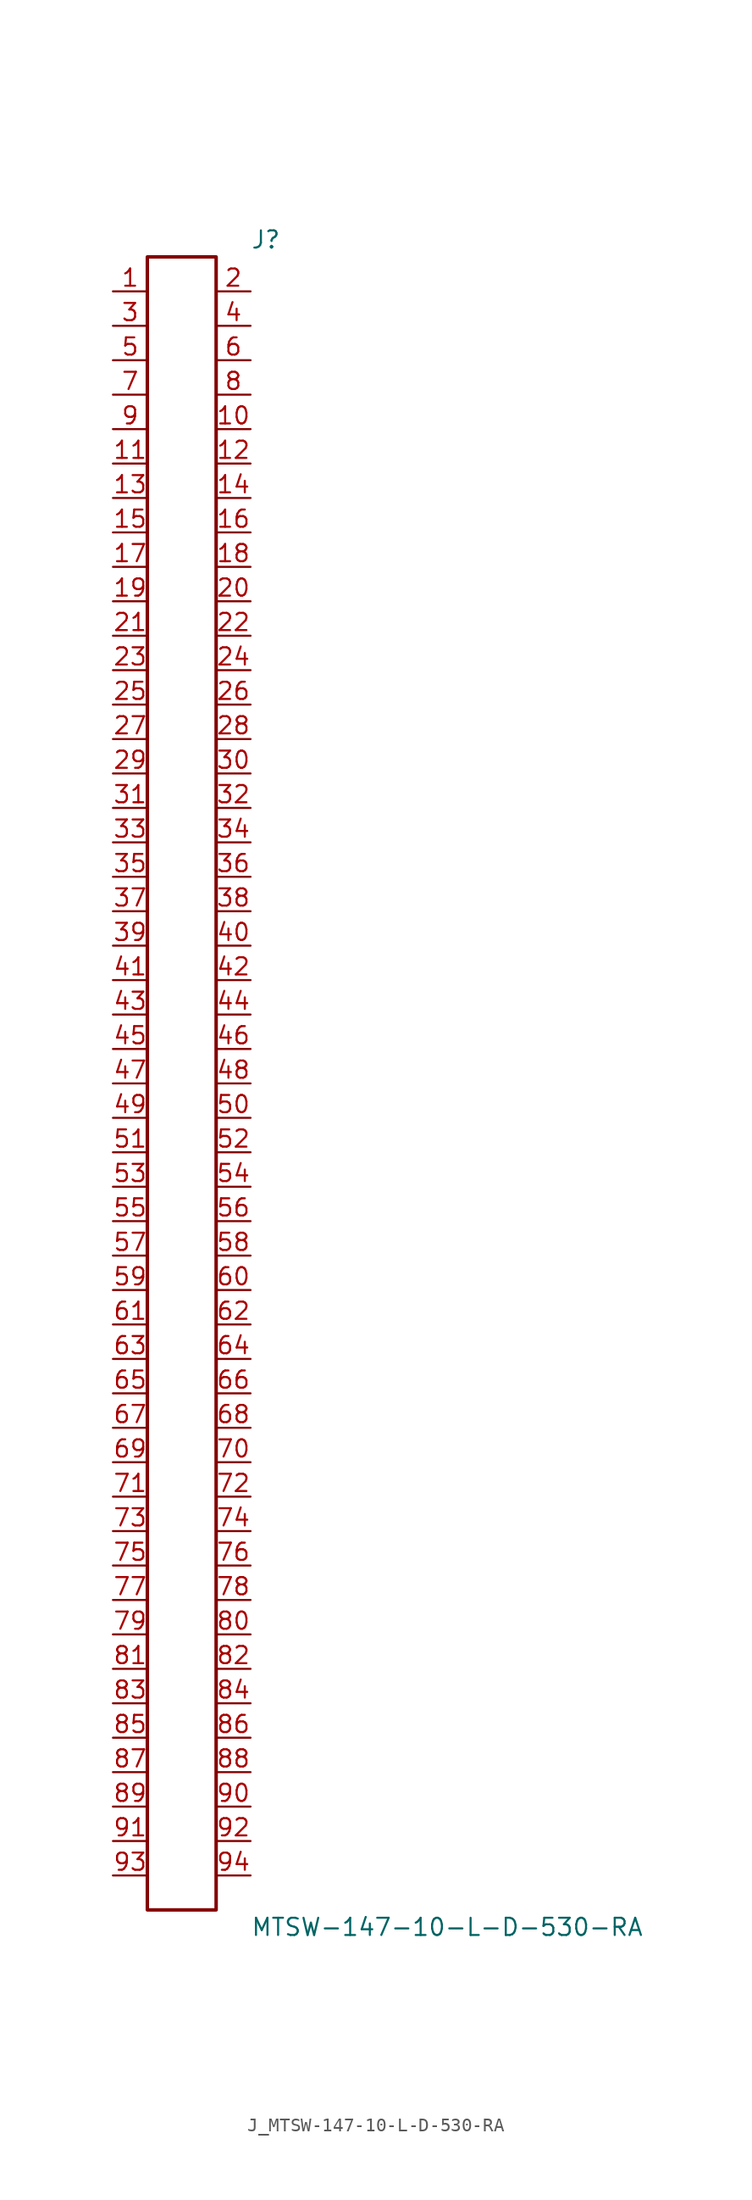
<source format=kicad_sym>
(kicad_symbol_lib
  (version 20231120)
  (generator kicad_symbol_editor)
  (generator_version 8.0)
  (symbol "J_MTSW-147-10-L-D-530-RA"
    (pin_names
      (offset 0.254))
    (property "Reference" "J"
      (at 5.08 62.23 0)
      (effects (font (size 1.27 1.27)) (justify left)))
    (property "Value" "MTSW-147-10-L-D-530-RA"
      (at 5.08 -62.23 0)
      (effects (font (size 1.27 1.27)) (justify left)))
    (symbol "J_MTSW-147-10-L-D-530-RA_0_0"
      (pin passive line (at -5.08 58.42 0) (length 2.54) (name "" (effects (font (size 1.27 1.27)))) (number "1" (effects (font (size 1.27 1.27)))))
      (pin passive line (at 5.08 58.42 180) (length 2.54) (name "" (effects (font (size 1.27 1.27)))) (number "2" (effects (font (size 1.27 1.27)))))
      (pin passive line (at -5.08 55.88 0) (length 2.54) (name "" (effects (font (size 1.27 1.27)))) (number "3" (effects (font (size 1.27 1.27)))))
      (pin passive line (at 5.08 55.88 180) (length 2.54) (name "" (effects (font (size 1.27 1.27)))) (number "4" (effects (font (size 1.27 1.27)))))
      (pin passive line (at -5.08 53.34 0) (length 2.54) (name "" (effects (font (size 1.27 1.27)))) (number "5" (effects (font (size 1.27 1.27)))))
      (pin passive line (at 5.08 53.34 180) (length 2.54) (name "" (effects (font (size 1.27 1.27)))) (number "6" (effects (font (size 1.27 1.27)))))
      (pin passive line (at -5.08 50.8 0) (length 2.54) (name "" (effects (font (size 1.27 1.27)))) (number "7" (effects (font (size 1.27 1.27)))))
      (pin passive line (at 5.08 50.8 180) (length 2.54) (name "" (effects (font (size 1.27 1.27)))) (number "8" (effects (font (size 1.27 1.27)))))
      (pin passive line (at -5.08 48.26 0) (length 2.54) (name "" (effects (font (size 1.27 1.27)))) (number "9" (effects (font (size 1.27 1.27)))))
      (pin passive line (at 5.08 48.26 180) (length 2.54) (name "" (effects (font (size 1.27 1.27)))) (number "10" (effects (font (size 1.27 1.27)))))
      (pin passive line (at -5.08 45.72 0) (length 2.54) (name "" (effects (font (size 1.27 1.27)))) (number "11" (effects (font (size 1.27 1.27)))))
      (pin passive line (at 5.08 45.72 180) (length 2.54) (name "" (effects (font (size 1.27 1.27)))) (number "12" (effects (font (size 1.27 1.27)))))
      (pin passive line (at -5.08 43.18 0) (length 2.54) (name "" (effects (font (size 1.27 1.27)))) (number "13" (effects (font (size 1.27 1.27)))))
      (pin passive line (at 5.08 43.18 180) (length 2.54) (name "" (effects (font (size 1.27 1.27)))) (number "14" (effects (font (size 1.27 1.27)))))
      (pin passive line (at -5.08 40.64 0) (length 2.54) (name "" (effects (font (size 1.27 1.27)))) (number "15" (effects (font (size 1.27 1.27)))))
      (pin passive line (at 5.08 40.64 180) (length 2.54) (name "" (effects (font (size 1.27 1.27)))) (number "16" (effects (font (size 1.27 1.27)))))
      (pin passive line (at -5.08 38.1 0) (length 2.54) (name "" (effects (font (size 1.27 1.27)))) (number "17" (effects (font (size 1.27 1.27)))))
      (pin passive line (at 5.08 38.1 180) (length 2.54) (name "" (effects (font (size 1.27 1.27)))) (number "18" (effects (font (size 1.27 1.27)))))
      (pin passive line (at -5.08 35.56 0) (length 2.54) (name "" (effects (font (size 1.27 1.27)))) (number "19" (effects (font (size 1.27 1.27)))))
      (pin passive line (at 5.08 35.56 180) (length 2.54) (name "" (effects (font (size 1.27 1.27)))) (number "20" (effects (font (size 1.27 1.27)))))
      (pin passive line (at -5.08 33.02 0) (length 2.54) (name "" (effects (font (size 1.27 1.27)))) (number "21" (effects (font (size 1.27 1.27)))))
      (pin passive line (at 5.08 33.02 180) (length 2.54) (name "" (effects (font (size 1.27 1.27)))) (number "22" (effects (font (size 1.27 1.27)))))
      (pin passive line (at -5.08 30.48 0) (length 2.54) (name "" (effects (font (size 1.27 1.27)))) (number "23" (effects (font (size 1.27 1.27)))))
      (pin passive line (at 5.08 30.48 180) (length 2.54) (name "" (effects (font (size 1.27 1.27)))) (number "24" (effects (font (size 1.27 1.27)))))
      (pin passive line (at -5.08 27.94 0) (length 2.54) (name "" (effects (font (size 1.27 1.27)))) (number "25" (effects (font (size 1.27 1.27)))))
      (pin passive line (at 5.08 27.94 180) (length 2.54) (name "" (effects (font (size 1.27 1.27)))) (number "26" (effects (font (size 1.27 1.27)))))
      (pin passive line (at -5.08 25.4 0) (length 2.54) (name "" (effects (font (size 1.27 1.27)))) (number "27" (effects (font (size 1.27 1.27)))))
      (pin passive line (at 5.08 25.4 180) (length 2.54) (name "" (effects (font (size 1.27 1.27)))) (number "28" (effects (font (size 1.27 1.27)))))
      (pin passive line (at -5.08 22.86 0) (length 2.54) (name "" (effects (font (size 1.27 1.27)))) (number "29" (effects (font (size 1.27 1.27)))))
      (pin passive line (at 5.08 22.86 180) (length 2.54) (name "" (effects (font (size 1.27 1.27)))) (number "30" (effects (font (size 1.27 1.27)))))
      (pin passive line (at -5.08 20.32 0) (length 2.54) (name "" (effects (font (size 1.27 1.27)))) (number "31" (effects (font (size 1.27 1.27)))))
      (pin passive line (at 5.08 20.32 180) (length 2.54) (name "" (effects (font (size 1.27 1.27)))) (number "32" (effects (font (size 1.27 1.27)))))
      (pin passive line (at -5.08 17.78 0) (length 2.54) (name "" (effects (font (size 1.27 1.27)))) (number "33" (effects (font (size 1.27 1.27)))))
      (pin passive line (at 5.08 17.78 180) (length 2.54) (name "" (effects (font (size 1.27 1.27)))) (number "34" (effects (font (size 1.27 1.27)))))
      (pin passive line (at -5.08 15.24 0) (length 2.54) (name "" (effects (font (size 1.27 1.27)))) (number "35" (effects (font (size 1.27 1.27)))))
      (pin passive line (at 5.08 15.24 180) (length 2.54) (name "" (effects (font (size 1.27 1.27)))) (number "36" (effects (font (size 1.27 1.27)))))
      (pin passive line (at -5.08 12.7 0) (length 2.54) (name "" (effects (font (size 1.27 1.27)))) (number "37" (effects (font (size 1.27 1.27)))))
      (pin passive line (at 5.08 12.7 180) (length 2.54) (name "" (effects (font (size 1.27 1.27)))) (number "38" (effects (font (size 1.27 1.27)))))
      (pin passive line (at -5.08 10.16 0) (length 2.54) (name "" (effects (font (size 1.27 1.27)))) (number "39" (effects (font (size 1.27 1.27)))))
      (pin passive line (at 5.08 10.16 180) (length 2.54) (name "" (effects (font (size 1.27 1.27)))) (number "40" (effects (font (size 1.27 1.27)))))
      (pin passive line (at -5.08 7.62 0) (length 2.54) (name "" (effects (font (size 1.27 1.27)))) (number "41" (effects (font (size 1.27 1.27)))))
      (pin passive line (at 5.08 7.62 180) (length 2.54) (name "" (effects (font (size 1.27 1.27)))) (number "42" (effects (font (size 1.27 1.27)))))
      (pin passive line (at -5.08 5.08 0) (length 2.54) (name "" (effects (font (size 1.27 1.27)))) (number "43" (effects (font (size 1.27 1.27)))))
      (pin passive line (at 5.08 5.08 180) (length 2.54) (name "" (effects (font (size 1.27 1.27)))) (number "44" (effects (font (size 1.27 1.27)))))
      (pin passive line (at -5.08 2.54 0) (length 2.54) (name "" (effects (font (size 1.27 1.27)))) (number "45" (effects (font (size 1.27 1.27)))))
      (pin passive line (at 5.08 2.54 180) (length 2.54) (name "" (effects (font (size 1.27 1.27)))) (number "46" (effects (font (size 1.27 1.27)))))
      (pin passive line (at -5.08 0.0 0) (length 2.54) (name "" (effects (font (size 1.27 1.27)))) (number "47" (effects (font (size 1.27 1.27)))))
      (pin passive line (at 5.08 0.0 180) (length 2.54) (name "" (effects (font (size 1.27 1.27)))) (number "48" (effects (font (size 1.27 1.27)))))
      (pin passive line (at -5.08 -2.54 0) (length 2.54) (name "" (effects (font (size 1.27 1.27)))) (number "49" (effects (font (size 1.27 1.27)))))
      (pin passive line (at 5.08 -2.54 180) (length 2.54) (name "" (effects (font (size 1.27 1.27)))) (number "50" (effects (font (size 1.27 1.27)))))
      (pin passive line (at -5.08 -5.08 0) (length 2.54) (name "" (effects (font (size 1.27 1.27)))) (number "51" (effects (font (size 1.27 1.27)))))
      (pin passive line (at 5.08 -5.08 180) (length 2.54) (name "" (effects (font (size 1.27 1.27)))) (number "52" (effects (font (size 1.27 1.27)))))
      (pin passive line (at -5.08 -7.62 0) (length 2.54) (name "" (effects (font (size 1.27 1.27)))) (number "53" (effects (font (size 1.27 1.27)))))
      (pin passive line (at 5.08 -7.62 180) (length 2.54) (name "" (effects (font (size 1.27 1.27)))) (number "54" (effects (font (size 1.27 1.27)))))
      (pin passive line (at -5.08 -10.16 0) (length 2.54) (name "" (effects (font (size 1.27 1.27)))) (number "55" (effects (font (size 1.27 1.27)))))
      (pin passive line (at 5.08 -10.16 180) (length 2.54) (name "" (effects (font (size 1.27 1.27)))) (number "56" (effects (font (size 1.27 1.27)))))
      (pin passive line (at -5.08 -12.7 0) (length 2.54) (name "" (effects (font (size 1.27 1.27)))) (number "57" (effects (font (size 1.27 1.27)))))
      (pin passive line (at 5.08 -12.7 180) (length 2.54) (name "" (effects (font (size 1.27 1.27)))) (number "58" (effects (font (size 1.27 1.27)))))
      (pin passive line (at -5.08 -15.24 0) (length 2.54) (name "" (effects (font (size 1.27 1.27)))) (number "59" (effects (font (size 1.27 1.27)))))
      (pin passive line (at 5.08 -15.24 180) (length 2.54) (name "" (effects (font (size 1.27 1.27)))) (number "60" (effects (font (size 1.27 1.27)))))
      (pin passive line (at -5.08 -17.78 0) (length 2.54) (name "" (effects (font (size 1.27 1.27)))) (number "61" (effects (font (size 1.27 1.27)))))
      (pin passive line (at 5.08 -17.78 180) (length 2.54) (name "" (effects (font (size 1.27 1.27)))) (number "62" (effects (font (size 1.27 1.27)))))
      (pin passive line (at -5.08 -20.32 0) (length 2.54) (name "" (effects (font (size 1.27 1.27)))) (number "63" (effects (font (size 1.27 1.27)))))
      (pin passive line (at 5.08 -20.32 180) (length 2.54) (name "" (effects (font (size 1.27 1.27)))) (number "64" (effects (font (size 1.27 1.27)))))
      (pin passive line (at -5.08 -22.86 0) (length 2.54) (name "" (effects (font (size 1.27 1.27)))) (number "65" (effects (font (size 1.27 1.27)))))
      (pin passive line (at 5.08 -22.86 180) (length 2.54) (name "" (effects (font (size 1.27 1.27)))) (number "66" (effects (font (size 1.27 1.27)))))
      (pin passive line (at -5.08 -25.4 0) (length 2.54) (name "" (effects (font (size 1.27 1.27)))) (number "67" (effects (font (size 1.27 1.27)))))
      (pin passive line (at 5.08 -25.4 180) (length 2.54) (name "" (effects (font (size 1.27 1.27)))) (number "68" (effects (font (size 1.27 1.27)))))
      (pin passive line (at -5.08 -27.94 0) (length 2.54) (name "" (effects (font (size 1.27 1.27)))) (number "69" (effects (font (size 1.27 1.27)))))
      (pin passive line (at 5.08 -27.94 180) (length 2.54) (name "" (effects (font (size 1.27 1.27)))) (number "70" (effects (font (size 1.27 1.27)))))
      (pin passive line (at -5.08 -30.48 0) (length 2.54) (name "" (effects (font (size 1.27 1.27)))) (number "71" (effects (font (size 1.27 1.27)))))
      (pin passive line (at 5.08 -30.48 180) (length 2.54) (name "" (effects (font (size 1.27 1.27)))) (number "72" (effects (font (size 1.27 1.27)))))
      (pin passive line (at -5.08 -33.02 0) (length 2.54) (name "" (effects (font (size 1.27 1.27)))) (number "73" (effects (font (size 1.27 1.27)))))
      (pin passive line (at 5.08 -33.02 180) (length 2.54) (name "" (effects (font (size 1.27 1.27)))) (number "74" (effects (font (size 1.27 1.27)))))
      (pin passive line (at -5.08 -35.56 0) (length 2.54) (name "" (effects (font (size 1.27 1.27)))) (number "75" (effects (font (size 1.27 1.27)))))
      (pin passive line (at 5.08 -35.56 180) (length 2.54) (name "" (effects (font (size 1.27 1.27)))) (number "76" (effects (font (size 1.27 1.27)))))
      (pin passive line (at -5.08 -38.1 0) (length 2.54) (name "" (effects (font (size 1.27 1.27)))) (number "77" (effects (font (size 1.27 1.27)))))
      (pin passive line (at 5.08 -38.1 180) (length 2.54) (name "" (effects (font (size 1.27 1.27)))) (number "78" (effects (font (size 1.27 1.27)))))
      (pin passive line (at -5.08 -40.64 0) (length 2.54) (name "" (effects (font (size 1.27 1.27)))) (number "79" (effects (font (size 1.27 1.27)))))
      (pin passive line (at 5.08 -40.64 180) (length 2.54) (name "" (effects (font (size 1.27 1.27)))) (number "80" (effects (font (size 1.27 1.27)))))
      (pin passive line (at -5.08 -43.18 0) (length 2.54) (name "" (effects (font (size 1.27 1.27)))) (number "81" (effects (font (size 1.27 1.27)))))
      (pin passive line (at 5.08 -43.18 180) (length 2.54) (name "" (effects (font (size 1.27 1.27)))) (number "82" (effects (font (size 1.27 1.27)))))
      (pin passive line (at -5.08 -45.72 0) (length 2.54) (name "" (effects (font (size 1.27 1.27)))) (number "83" (effects (font (size 1.27 1.27)))))
      (pin passive line (at 5.08 -45.72 180) (length 2.54) (name "" (effects (font (size 1.27 1.27)))) (number "84" (effects (font (size 1.27 1.27)))))
      (pin passive line (at -5.08 -48.26 0) (length 2.54) (name "" (effects (font (size 1.27 1.27)))) (number "85" (effects (font (size 1.27 1.27)))))
      (pin passive line (at 5.08 -48.26 180) (length 2.54) (name "" (effects (font (size 1.27 1.27)))) (number "86" (effects (font (size 1.27 1.27)))))
      (pin passive line (at -5.08 -50.8 0) (length 2.54) (name "" (effects (font (size 1.27 1.27)))) (number "87" (effects (font (size 1.27 1.27)))))
      (pin passive line (at 5.08 -50.8 180) (length 2.54) (name "" (effects (font (size 1.27 1.27)))) (number "88" (effects (font (size 1.27 1.27)))))
      (pin passive line (at -5.08 -53.34 0) (length 2.54) (name "" (effects (font (size 1.27 1.27)))) (number "89" (effects (font (size 1.27 1.27)))))
      (pin passive line (at 5.08 -53.34 180) (length 2.54) (name "" (effects (font (size 1.27 1.27)))) (number "90" (effects (font (size 1.27 1.27)))))
      (pin passive line (at -5.08 -55.88 0) (length 2.54) (name "" (effects (font (size 1.27 1.27)))) (number "91" (effects (font (size 1.27 1.27)))))
      (pin passive line (at 5.08 -55.88 180) (length 2.54) (name "" (effects (font (size 1.27 1.27)))) (number "92" (effects (font (size 1.27 1.27)))))
      (pin passive line (at -5.08 -58.42 0) (length 2.54) (name "" (effects (font (size 1.27 1.27)))) (number "93" (effects (font (size 1.27 1.27)))))
      (pin passive line (at 5.08 -58.42 180) (length 2.54) (name "" (effects (font (size 1.27 1.27)))) (number "94" (effects (font (size 1.27 1.27))))))
    (symbol "J_MTSW-147-10-L-D-530-RA_1_0"
      (rectangle (start -2.54 60.96) (end 2.54 -60.96) (stroke (width 0.254) (type solid)) (fill (type none))))))
</source>
